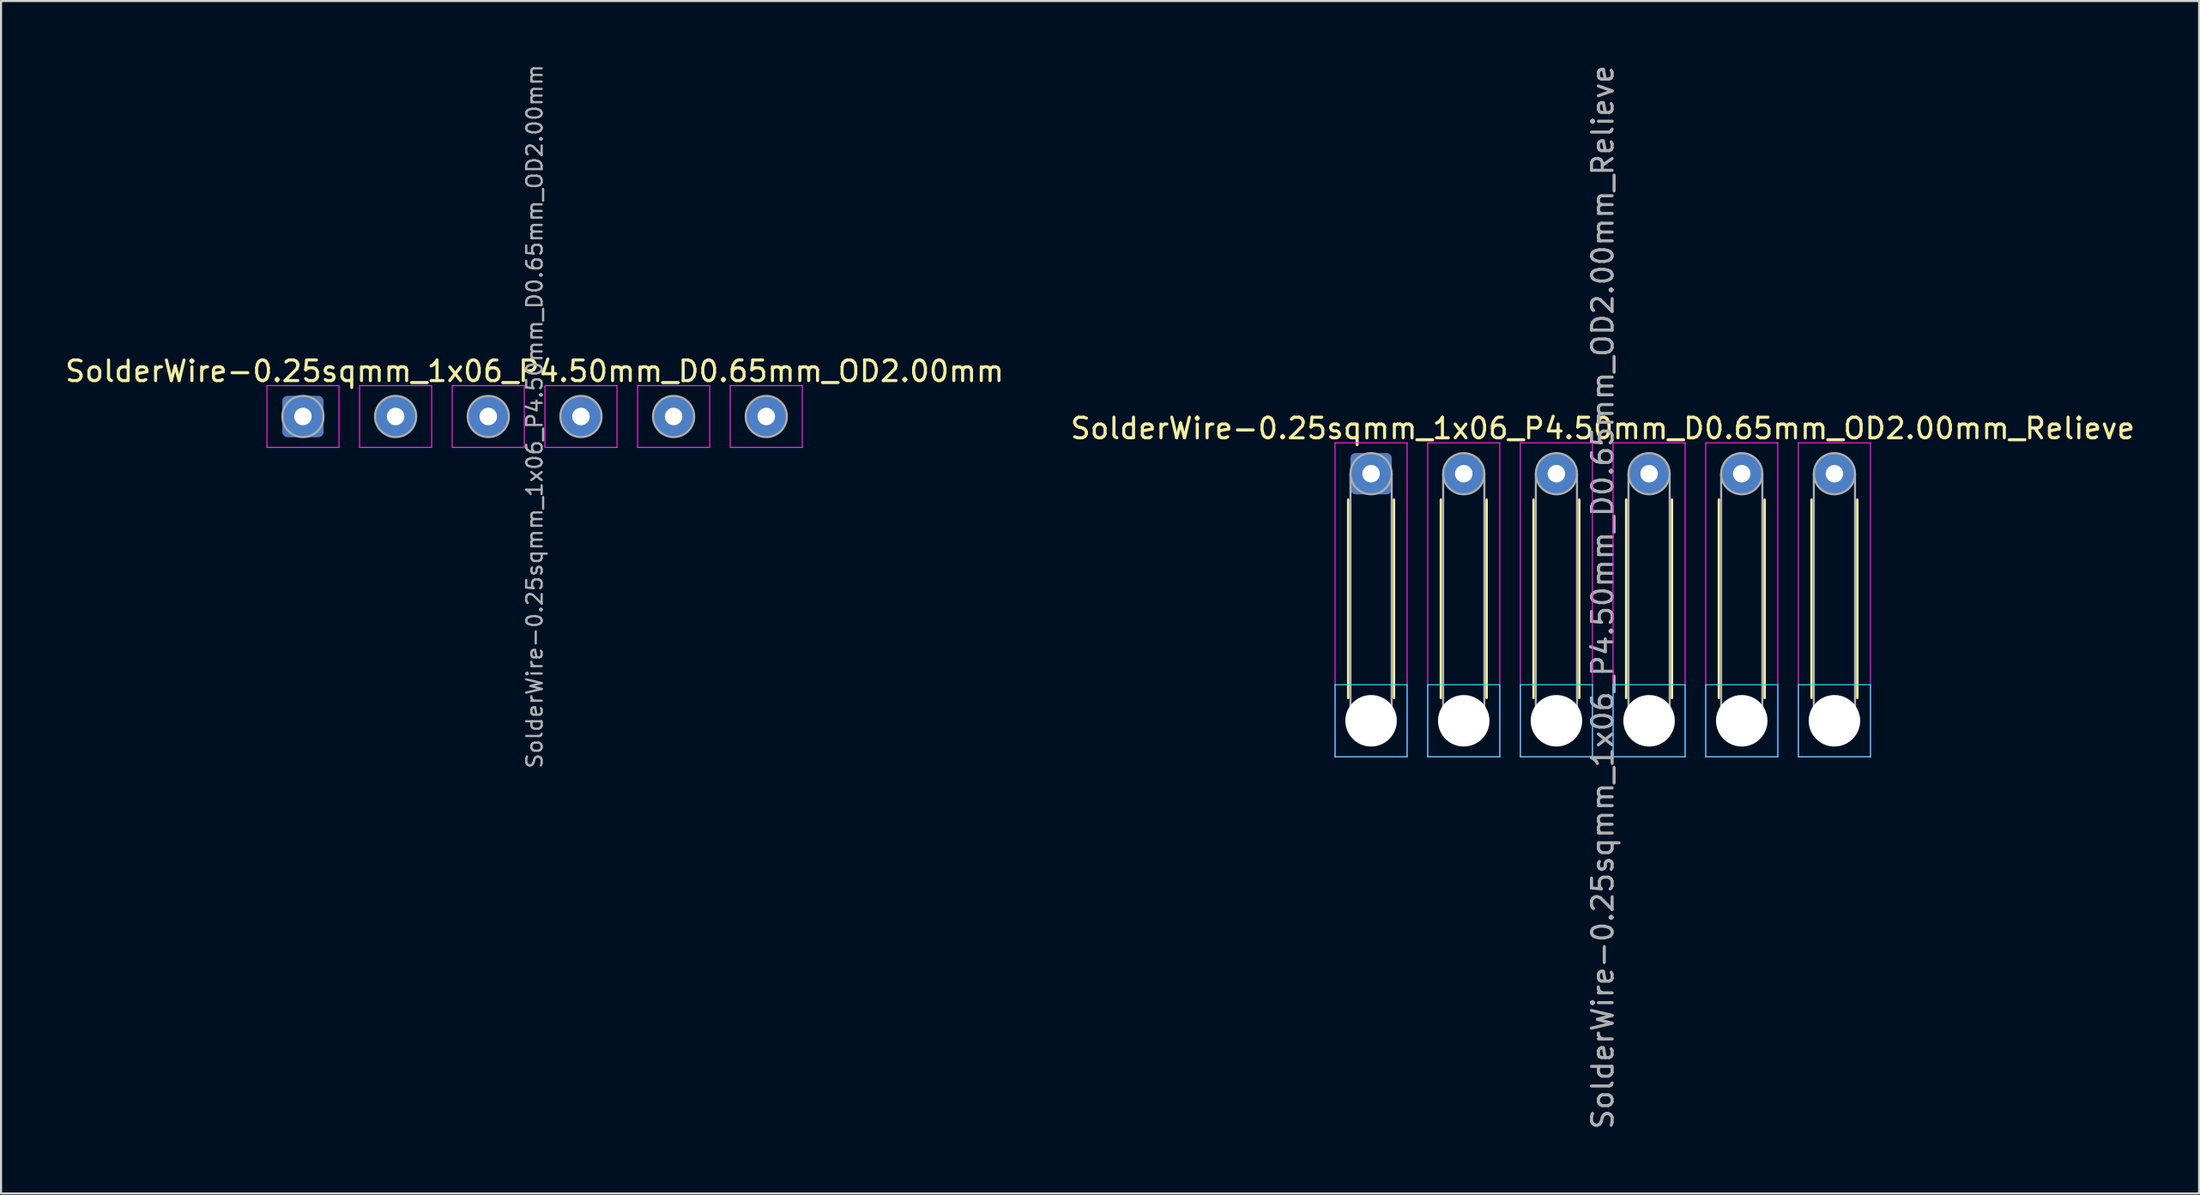
<source format=kicad_pcb>
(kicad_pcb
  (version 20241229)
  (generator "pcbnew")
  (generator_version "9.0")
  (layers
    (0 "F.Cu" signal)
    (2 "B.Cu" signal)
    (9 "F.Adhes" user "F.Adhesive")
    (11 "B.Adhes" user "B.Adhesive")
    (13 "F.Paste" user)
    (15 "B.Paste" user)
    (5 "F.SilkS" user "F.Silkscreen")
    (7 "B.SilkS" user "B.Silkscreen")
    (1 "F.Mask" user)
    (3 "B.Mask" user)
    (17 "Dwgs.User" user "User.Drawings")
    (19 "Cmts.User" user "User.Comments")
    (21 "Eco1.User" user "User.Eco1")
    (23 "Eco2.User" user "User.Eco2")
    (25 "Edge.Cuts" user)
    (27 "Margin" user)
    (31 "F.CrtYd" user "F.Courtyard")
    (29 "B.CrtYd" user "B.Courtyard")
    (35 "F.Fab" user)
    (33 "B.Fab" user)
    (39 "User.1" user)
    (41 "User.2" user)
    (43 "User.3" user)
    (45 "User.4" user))
  (footprint "SolderWire-0.25sqmm_1x06_P4.50mm_D0.65mm_OD2.00mm"
    (layer "F.Cu")
    (at 11.661 17.179)
    (property "Reference" "SolderWire-0.25sqmm_1x06_P4.50mm_D0.65mm_OD2.00mm" (at 11.25 -2.2 0) (layer "F.SilkS") (effects (font (size 1 1) (thickness 0.15))))
    (attr exclude_from_pos_files exclude_from_bom)
    (fp_line (start -1.75 -1.5) (end -1.75 1.5) (stroke (width 0.05) (type solid)) (layer "F.CrtYd"))
    (fp_line (start -1.75 1.5) (end 1.75 1.5) (stroke (width 0.05) (type solid)) (layer "F.CrtYd"))
    (fp_line (start 1.75 -1.5) (end -1.75 -1.5) (stroke (width 0.05) (type solid)) (layer "F.CrtYd"))
    (fp_line (start 1.75 1.5) (end 1.75 -1.5) (stroke (width 0.05) (type solid)) (layer "F.CrtYd"))
    (fp_line (start 2.75 -1.5) (end 2.75 1.5) (stroke (width 0.05) (type solid)) (layer "F.CrtYd"))
    (fp_line (start 2.75 1.5) (end 6.25 1.5) (stroke (width 0.05) (type solid)) (layer "F.CrtYd"))
    (fp_line (start 6.25 -1.5) (end 2.75 -1.5) (stroke (width 0.05) (type solid)) (layer "F.CrtYd"))
    (fp_line (start 6.25 1.5) (end 6.25 -1.5) (stroke (width 0.05) (type solid)) (layer "F.CrtYd"))
    (fp_line (start 7.25 -1.5) (end 7.25 1.5) (stroke (width 0.05) (type solid)) (layer "F.CrtYd"))
    (fp_line (start 7.25 1.5) (end 10.75 1.5) (stroke (width 0.05) (type solid)) (layer "F.CrtYd"))
    (fp_line (start 10.75 -1.5) (end 7.25 -1.5) (stroke (width 0.05) (type solid)) (layer "F.CrtYd"))
    (fp_line (start 10.75 1.5) (end 10.75 -1.5) (stroke (width 0.05) (type solid)) (layer "F.CrtYd"))
    (fp_line (start 11.75 -1.5) (end 11.75 1.5) (stroke (width 0.05) (type solid)) (layer "F.CrtYd"))
    (fp_line (start 11.75 1.5) (end 15.25 1.5) (stroke (width 0.05) (type solid)) (layer "F.CrtYd"))
    (fp_line (start 15.25 -1.5) (end 11.75 -1.5) (stroke (width 0.05) (type solid)) (layer "F.CrtYd"))
    (fp_line (start 15.25 1.5) (end 15.25 -1.5) (stroke (width 0.05) (type solid)) (layer "F.CrtYd"))
    (fp_line (start 16.25 -1.5) (end 16.25 1.5) (stroke (width 0.05) (type solid)) (layer "F.CrtYd"))
    (fp_line (start 16.25 1.5) (end 19.75 1.5) (stroke (width 0.05) (type solid)) (layer "F.CrtYd"))
    (fp_line (start 19.75 -1.5) (end 16.25 -1.5) (stroke (width 0.05) (type solid)) (layer "F.CrtYd"))
    (fp_line (start 19.75 1.5) (end 19.75 -1.5) (stroke (width 0.05) (type solid)) (layer "F.CrtYd"))
    (fp_line (start 20.75 -1.5) (end 20.75 1.5) (stroke (width 0.05) (type solid)) (layer "F.CrtYd"))
    (fp_line (start 20.75 1.5) (end 24.25 1.5) (stroke (width 0.05) (type solid)) (layer "F.CrtYd"))
    (fp_line (start 24.25 -1.5) (end 20.75 -1.5) (stroke (width 0.05) (type solid)) (layer "F.CrtYd"))
    (fp_line (start 24.25 1.5) (end 24.25 -1.5) (stroke (width 0.05) (type solid)) (layer "F.CrtYd"))
    (fp_circle (center 0 0) (end 1 0) (stroke (width 0.1) (type solid)) (fill no) (layer "F.Fab"))
    (fp_circle (center 4.5 0) (end 5.5 0) (stroke (width 0.1) (type solid)) (fill no) (layer "F.Fab"))
    (fp_circle (center 9 0) (end 10 0) (stroke (width 0.1) (type solid)) (fill no) (layer "F.Fab"))
    (fp_circle (center 13.5 0) (end 14.5 0) (stroke (width 0.1) (type solid)) (fill no) (layer "F.Fab"))
    (fp_circle (center 18 0) (end 19 0) (stroke (width 0.1) (type solid)) (fill no) (layer "F.Fab"))
    (fp_circle (center 22.5 0) (end 23.5 0) (stroke (width 0.1) (type solid)) (fill no) (layer "F.Fab"))
    (fp_text user "${REFERENCE}" (at 11.25 0 90) (layer "F.Fab") (effects (font (size 0.75 0.75) (thickness 0.11))))
    (pad "1" thru_hole roundrect (at 0 0) (size 2 2) (drill 0.85) (layers "*.Cu" "*.Mask") (roundrect_rratio 0.125))
    (pad "2" thru_hole circle (at 4.5 0) (size 2 2) (drill 0.85) (layers "*.Cu" "*.Mask"))
    (pad "3" thru_hole circle (at 9 0) (size 2 2) (drill 0.85) (layers "*.Cu" "*.Mask"))
    (pad "4" thru_hole circle (at 13.5 0) (size 2 2) (drill 0.85) (layers "*.Cu" "*.Mask"))
    (pad "5" thru_hole circle (at 18 0) (size 2 2) (drill 0.85) (layers "*.Cu" "*.Mask"))
    (pad "6" thru_hole circle (at 22.5 0) (size 2 2) (drill 0.85) (layers "*.Cu" "*.Mask")))
  (footprint "SolderWire-0.25sqmm_1x06_P4.50mm_D0.65mm_OD2.00mm_Relieve"
    (layer "F.Cu")
    (at 63.53 19.958)
    (property "Reference" "SolderWire-0.25sqmm_1x06_P4.50mm_D0.65mm_OD2.00mm_Relieve" (at 11.25 -2.2 0) (layer "F.SilkS") (effects (font (size 1 1) (thickness 0.15))))
    (attr exclude_from_pos_files exclude_from_bom)
    (fp_line (start -1.11 1.26) (end -1.11 10.89) (stroke (width 0.12) (type solid)) (layer "F.SilkS"))
    (fp_line (start 1.11 1.26) (end 1.11 10.89) (stroke (width 0.12) (type solid)) (layer "F.SilkS"))
    (fp_line (start 3.39 1.26) (end 3.39 10.89) (stroke (width 0.12) (type solid)) (layer "F.SilkS"))
    (fp_line (start 5.61 1.26) (end 5.61 10.89) (stroke (width 0.12) (type solid)) (layer "F.SilkS"))
    (fp_line (start 7.89 1.26) (end 7.89 10.89) (stroke (width 0.12) (type solid)) (layer "F.SilkS"))
    (fp_line (start 10.11 1.26) (end 10.11 10.89) (stroke (width 0.12) (type solid)) (layer "F.SilkS"))
    (fp_line (start 12.39 1.26) (end 12.39 10.89) (stroke (width 0.12) (type solid)) (layer "F.SilkS"))
    (fp_line (start 14.61 1.26) (end 14.61 10.89) (stroke (width 0.12) (type solid)) (layer "F.SilkS"))
    (fp_line (start 16.89 1.26) (end 16.89 10.89) (stroke (width 0.12) (type solid)) (layer "F.SilkS"))
    (fp_line (start 19.11 1.26) (end 19.11 10.89) (stroke (width 0.12) (type solid)) (layer "F.SilkS"))
    (fp_line (start 21.39 1.26) (end 21.39 10.89) (stroke (width 0.12) (type solid)) (layer "F.SilkS"))
    (fp_line (start 23.61 1.26) (end 23.61 10.89) (stroke (width 0.12) (type solid)) (layer "F.SilkS"))
    (fp_line (start -1.75 10.25) (end -1.75 13.75) (stroke (width 0.05) (type solid)) (layer "B.CrtYd"))
    (fp_line (start -1.75 13.75) (end 1.75 13.75) (stroke (width 0.05) (type solid)) (layer "B.CrtYd"))
    (fp_line (start 1.75 10.25) (end -1.75 10.25) (stroke (width 0.05) (type solid)) (layer "B.CrtYd"))
    (fp_line (start 1.75 13.75) (end 1.75 10.25) (stroke (width 0.05) (type solid)) (layer "B.CrtYd"))
    (fp_line (start 2.75 10.25) (end 2.75 13.75) (stroke (width 0.05) (type solid)) (layer "B.CrtYd"))
    (fp_line (start 2.75 13.75) (end 6.25 13.75) (stroke (width 0.05) (type solid)) (layer "B.CrtYd"))
    (fp_line (start 6.25 10.25) (end 2.75 10.25) (stroke (width 0.05) (type solid)) (layer "B.CrtYd"))
    (fp_line (start 6.25 13.75) (end 6.25 10.25) (stroke (width 0.05) (type solid)) (layer "B.CrtYd"))
    (fp_line (start 7.25 10.25) (end 7.25 13.75) (stroke (width 0.05) (type solid)) (layer "B.CrtYd"))
    (fp_line (start 7.25 13.75) (end 10.75 13.75) (stroke (width 0.05) (type solid)) (layer "B.CrtYd"))
    (fp_line (start 10.75 10.25) (end 7.25 10.25) (stroke (width 0.05) (type solid)) (layer "B.CrtYd"))
    (fp_line (start 10.75 13.75) (end 10.75 10.25) (stroke (width 0.05) (type solid)) (layer "B.CrtYd"))
    (fp_line (start 11.75 10.25) (end 11.75 13.75) (stroke (width 0.05) (type solid)) (layer "B.CrtYd"))
    (fp_line (start 11.75 13.75) (end 15.25 13.75) (stroke (width 0.05) (type solid)) (layer "B.CrtYd"))
    (fp_line (start 15.25 10.25) (end 11.75 10.25) (stroke (width 0.05) (type solid)) (layer "B.CrtYd"))
    (fp_line (start 15.25 13.75) (end 15.25 10.25) (stroke (width 0.05) (type solid)) (layer "B.CrtYd"))
    (fp_line (start 16.25 10.25) (end 16.25 13.75) (stroke (width 0.05) (type solid)) (layer "B.CrtYd"))
    (fp_line (start 16.25 13.75) (end 19.75 13.75) (stroke (width 0.05) (type solid)) (layer "B.CrtYd"))
    (fp_line (start 19.75 10.25) (end 16.25 10.25) (stroke (width 0.05) (type solid)) (layer "B.CrtYd"))
    (fp_line (start 19.75 13.75) (end 19.75 10.25) (stroke (width 0.05) (type solid)) (layer "B.CrtYd"))
    (fp_line (start 20.75 10.25) (end 20.75 13.75) (stroke (width 0.05) (type solid)) (layer "B.CrtYd"))
    (fp_line (start 20.75 13.75) (end 24.25 13.75) (stroke (width 0.05) (type solid)) (layer "B.CrtYd"))
    (fp_line (start 24.25 10.25) (end 20.75 10.25) (stroke (width 0.05) (type solid)) (layer "B.CrtYd"))
    (fp_line (start 24.25 13.75) (end 24.25 10.25) (stroke (width 0.05) (type solid)) (layer "B.CrtYd"))
    (fp_line (start -1.75 -1.5) (end -1.75 13.75) (stroke (width 0.05) (type solid)) (layer "F.CrtYd"))
    (fp_line (start -1.75 13.75) (end 1.75 13.75) (stroke (width 0.05) (type solid)) (layer "F.CrtYd"))
    (fp_line (start 1.75 -1.5) (end -1.75 -1.5) (stroke (width 0.05) (type solid)) (layer "F.CrtYd"))
    (fp_line (start 1.75 13.75) (end 1.75 -1.5) (stroke (width 0.05) (type solid)) (layer "F.CrtYd"))
    (fp_line (start 2.75 -1.5) (end 2.75 13.75) (stroke (width 0.05) (type solid)) (layer "F.CrtYd"))
    (fp_line (start 2.75 13.75) (end 6.25 13.75) (stroke (width 0.05) (type solid)) (layer "F.CrtYd"))
    (fp_line (start 6.25 -1.5) (end 2.75 -1.5) (stroke (width 0.05) (type solid)) (layer "F.CrtYd"))
    (fp_line (start 6.25 13.75) (end 6.25 -1.5) (stroke (width 0.05) (type solid)) (layer "F.CrtYd"))
    (fp_line (start 7.25 -1.5) (end 7.25 13.75) (stroke (width 0.05) (type solid)) (layer "F.CrtYd"))
    (fp_line (start 7.25 13.75) (end 10.75 13.75) (stroke (width 0.05) (type solid)) (layer "F.CrtYd"))
    (fp_line (start 10.75 -1.5) (end 7.25 -1.5) (stroke (width 0.05) (type solid)) (layer "F.CrtYd"))
    (fp_line (start 10.75 13.75) (end 10.75 -1.5) (stroke (width 0.05) (type solid)) (layer "F.CrtYd"))
    (fp_line (start 11.75 -1.5) (end 11.75 13.75) (stroke (width 0.05) (type solid)) (layer "F.CrtYd"))
    (fp_line (start 11.75 13.75) (end 15.25 13.75) (stroke (width 0.05) (type solid)) (layer "F.CrtYd"))
    (fp_line (start 15.25 -1.5) (end 11.75 -1.5) (stroke (width 0.05) (type solid)) (layer "F.CrtYd"))
    (fp_line (start 15.25 13.75) (end 15.25 -1.5) (stroke (width 0.05) (type solid)) (layer "F.CrtYd"))
    (fp_line (start 16.25 -1.5) (end 16.25 13.75) (stroke (width 0.05) (type solid)) (layer "F.CrtYd"))
    (fp_line (start 16.25 13.75) (end 19.75 13.75) (stroke (width 0.05) (type solid)) (layer "F.CrtYd"))
    (fp_line (start 19.75 -1.5) (end 16.25 -1.5) (stroke (width 0.05) (type solid)) (layer "F.CrtYd"))
    (fp_line (start 19.75 13.75) (end 19.75 -1.5) (stroke (width 0.05) (type solid)) (layer "F.CrtYd"))
    (fp_line (start 20.75 -1.5) (end 20.75 13.75) (stroke (width 0.05) (type solid)) (layer "F.CrtYd"))
    (fp_line (start 20.75 13.75) (end 24.25 13.75) (stroke (width 0.05) (type solid)) (layer "F.CrtYd"))
    (fp_line (start 24.25 -1.5) (end 20.75 -1.5) (stroke (width 0.05) (type solid)) (layer "F.CrtYd"))
    (fp_line (start 24.25 13.75) (end 24.25 -1.5) (stroke (width 0.05) (type solid)) (layer "F.CrtYd"))
    (fp_line (start -1 0) (end -1 12) (stroke (width 0.1) (type solid)) (layer "F.Fab"))
    (fp_line (start 1 0) (end 1 12) (stroke (width 0.1) (type solid)) (layer "F.Fab"))
    (fp_line (start 3.5 0) (end 3.5 12) (stroke (width 0.1) (type solid)) (layer "F.Fab"))
    (fp_line (start 5.5 0) (end 5.5 12) (stroke (width 0.1) (type solid)) (layer "F.Fab"))
    (fp_line (start 8 0) (end 8 12) (stroke (width 0.1) (type solid)) (layer "F.Fab"))
    (fp_line (start 10 0) (end 10 12) (stroke (width 0.1) (type solid)) (layer "F.Fab"))
    (fp_line (start 12.5 0) (end 12.5 12) (stroke (width 0.1) (type solid)) (layer "F.Fab"))
    (fp_line (start 14.5 0) (end 14.5 12) (stroke (width 0.1) (type solid)) (layer "F.Fab"))
    (fp_line (start 17 0) (end 17 12) (stroke (width 0.1) (type solid)) (layer "F.Fab"))
    (fp_line (start 19 0) (end 19 12) (stroke (width 0.1) (type solid)) (layer "F.Fab"))
    (fp_line (start 21.5 0) (end 21.5 12) (stroke (width 0.1) (type solid)) (layer "F.Fab"))
    (fp_line (start 23.5 0) (end 23.5 12) (stroke (width 0.1) (type solid)) (layer "F.Fab"))
    (fp_circle (center 0 0) (end 1 0) (stroke (width 0.1) (type solid)) (fill no) (layer "F.Fab"))
    (fp_circle (center 0 12) (end 1 12) (stroke (width 0.1) (type solid)) (fill no) (layer "F.Fab"))
    (fp_circle (center 4.5 0) (end 5.5 0) (stroke (width 0.1) (type solid)) (fill no) (layer "F.Fab"))
    (fp_circle (center 4.5 12) (end 5.5 12) (stroke (width 0.1) (type solid)) (fill no) (layer "F.Fab"))
    (fp_circle (center 9 0) (end 10 0) (stroke (width 0.1) (type solid)) (fill no) (layer "F.Fab"))
    (fp_circle (center 9 12) (end 10 12) (stroke (width 0.1) (type solid)) (fill no) (layer "F.Fab"))
    (fp_circle (center 13.5 0) (end 14.5 0) (stroke (width 0.1) (type solid)) (fill no) (layer "F.Fab"))
    (fp_circle (center 13.5 12) (end 14.5 12) (stroke (width 0.1) (type solid)) (fill no) (layer "F.Fab"))
    (fp_circle (center 18 0) (end 19 0) (stroke (width 0.1) (type solid)) (fill no) (layer "F.Fab"))
    (fp_circle (center 18 12) (end 19 12) (stroke (width 0.1) (type solid)) (fill no) (layer "F.Fab"))
    (fp_circle (center 22.5 0) (end 23.5 0) (stroke (width 0.1) (type solid)) (fill no) (layer "F.Fab"))
    (fp_circle (center 22.5 12) (end 23.5 12) (stroke (width 0.1) (type solid)) (fill no) (layer "F.Fab"))
    (fp_text user "${REFERENCE}" (at 11.25 6 90) (layer "F.Fab") (effects (font (size 1 1) (thickness 0.15))))
    (pad "" np_thru_hole circle (at 0 12) (size 2.5 2.5) (drill 2.5) (layers "*.Cu" "*.Mask"))
    (pad "" np_thru_hole circle (at 4.5 12) (size 2.5 2.5) (drill 2.5) (layers "*.Cu" "*.Mask"))
    (pad "" np_thru_hole circle (at 9 12) (size 2.5 2.5) (drill 2.5) (layers "*.Cu" "*.Mask"))
    (pad "" np_thru_hole circle (at 13.5 12) (size 2.5 2.5) (drill 2.5) (layers "*.Cu" "*.Mask"))
    (pad "" np_thru_hole circle (at 18 12) (size 2.5 2.5) (drill 2.5) (layers "*.Cu" "*.Mask"))
    (pad "" np_thru_hole circle (at 22.5 12) (size 2.5 2.5) (drill 2.5) (layers "*.Cu" "*.Mask"))
    (pad "1" thru_hole roundrect (at 0 0) (size 2 2) (drill 0.85) (layers "*.Cu" "*.Mask") (roundrect_rratio 0.125))
    (pad "2" thru_hole circle (at 4.5 0) (size 2 2) (drill 0.85) (layers "*.Cu" "*.Mask"))
    (pad "3" thru_hole circle (at 9 0) (size 2 2) (drill 0.85) (layers "*.Cu" "*.Mask"))
    (pad "4" thru_hole circle (at 13.5 0) (size 2 2) (drill 0.85) (layers "*.Cu" "*.Mask"))
    (pad "5" thru_hole circle (at 18 0) (size 2 2) (drill 0.85) (layers "*.Cu" "*.Mask"))
    (pad "6" thru_hole circle (at 22.5 0) (size 2 2) (drill 0.85) (layers "*.Cu" "*.Mask")))
  (gr_rect
    (start -3 -3)
    (end 103.738 54.917)
    (stroke (width 0.1) (type default))
    (fill no)
    (layer "Edge.Cuts")))
</source>
